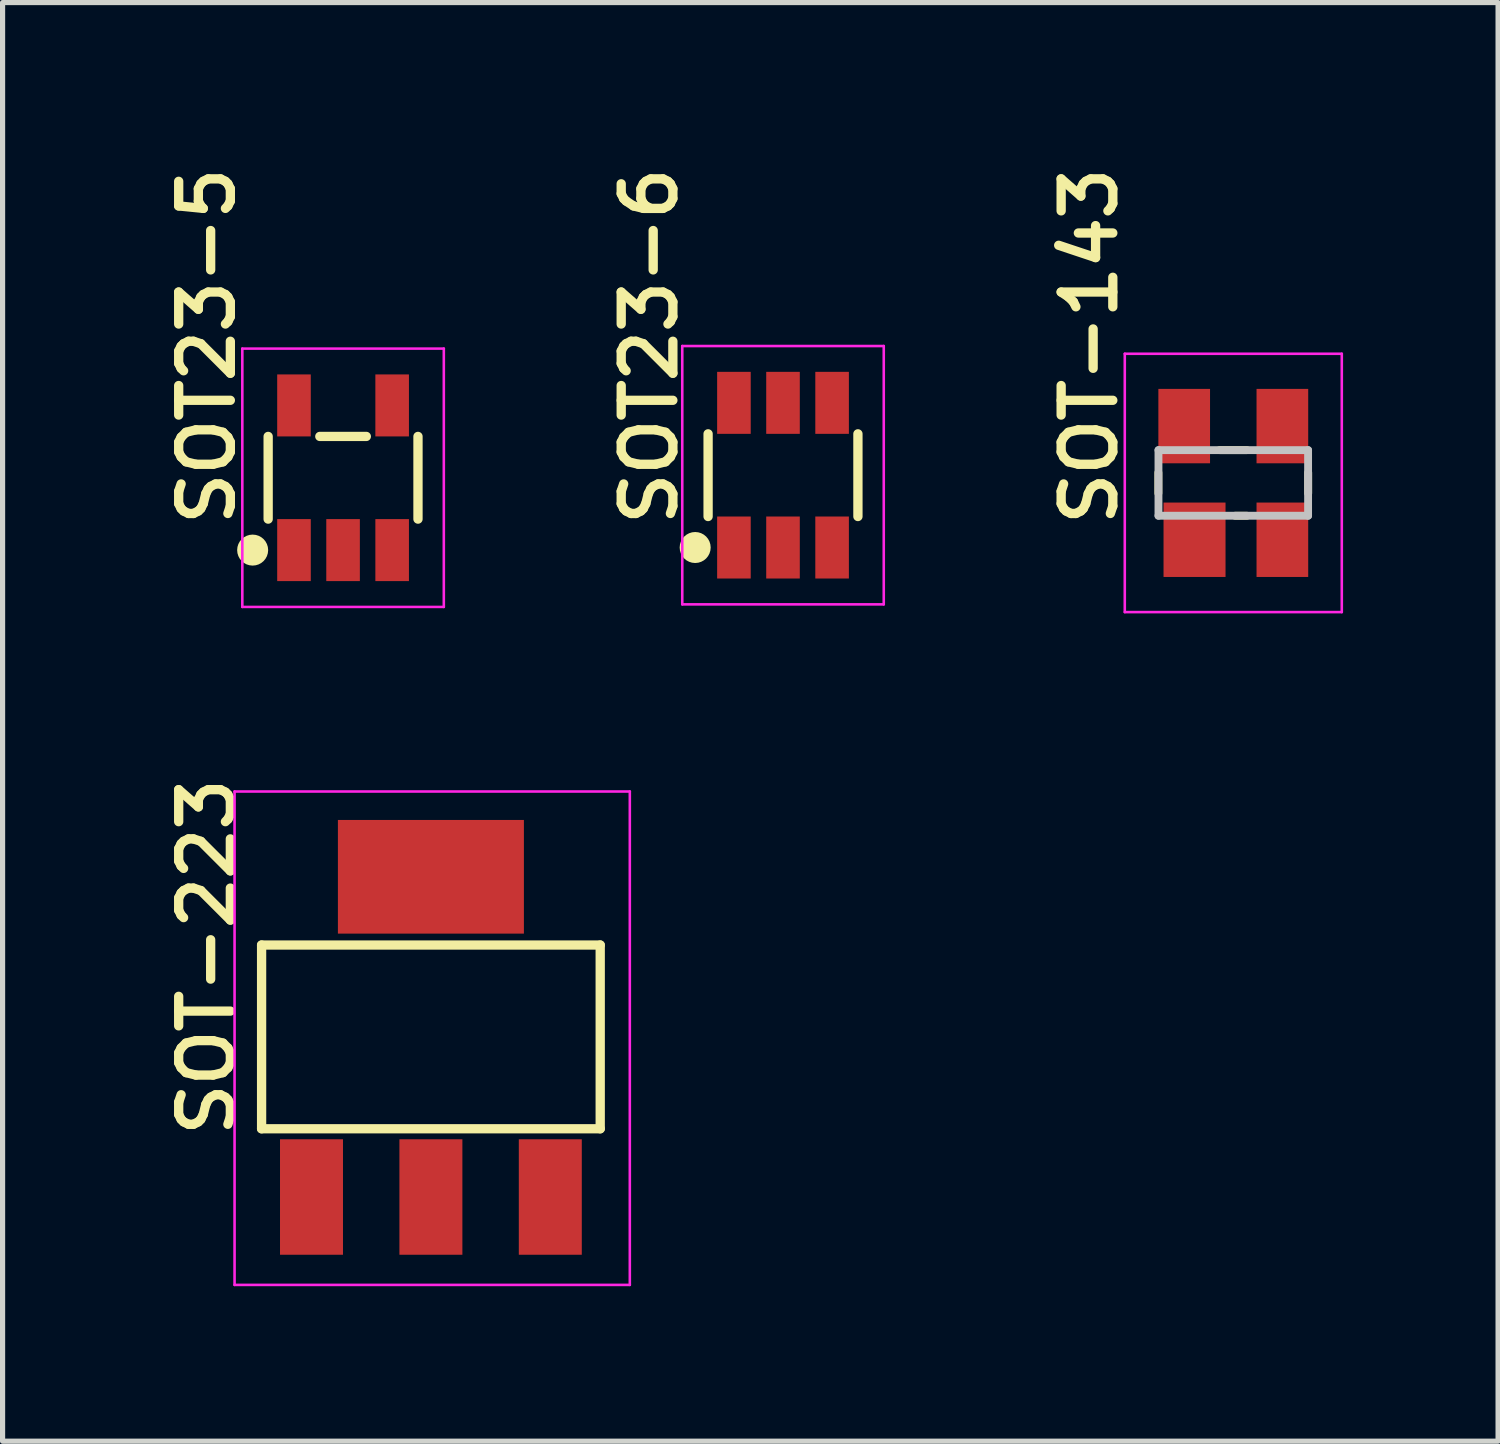
<source format=kicad_pcb>
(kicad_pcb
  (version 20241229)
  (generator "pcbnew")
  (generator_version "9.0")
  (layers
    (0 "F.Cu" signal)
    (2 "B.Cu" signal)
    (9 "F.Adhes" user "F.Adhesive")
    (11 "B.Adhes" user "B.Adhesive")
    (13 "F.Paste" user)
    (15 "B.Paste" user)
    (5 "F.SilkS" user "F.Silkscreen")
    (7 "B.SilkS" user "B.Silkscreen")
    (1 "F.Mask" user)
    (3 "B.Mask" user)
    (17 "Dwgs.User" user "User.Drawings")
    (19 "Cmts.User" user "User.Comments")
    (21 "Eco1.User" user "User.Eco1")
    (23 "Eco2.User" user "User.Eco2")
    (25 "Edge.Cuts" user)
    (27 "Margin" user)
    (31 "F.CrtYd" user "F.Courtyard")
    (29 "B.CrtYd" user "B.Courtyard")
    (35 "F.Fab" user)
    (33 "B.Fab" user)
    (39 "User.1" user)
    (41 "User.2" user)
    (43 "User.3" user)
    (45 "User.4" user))
  (footprint "SOT23-6"
    (layer "F.Cu")
    (at 12.105 6.147)
    (property "Reference" "SOT23-6" (at -2 1.05 90) (layer "F.SilkS") (effects (font (size 1 1) (thickness 0.18)) (justify left bottom)))
    (attr through_hole)
    (fp_line (start -1.45 0.8) (end -1.45 -0.8) (stroke (width 0.18) (type solid)) (layer "F.SilkS"))
    (fp_line (start 1.45 -0.8) (end 1.45 0.8) (stroke (width 0.18) (type solid)) (layer "F.SilkS"))
    (fp_circle (center -1.7 1.4) (end -1.55 1.4) (stroke (width 0.3) (type solid)) (fill no) (layer "F.SilkS"))
    (fp_line (start -1.95 -2.5) (end 1.95 -2.5) (stroke (width 0.05) (type solid)) (layer "F.CrtYd"))
    (fp_line (start -1.95 2.5) (end -1.95 -2.5) (stroke (width 0.05) (type solid)) (layer "F.CrtYd"))
    (fp_line (start 1.95 -2.5) (end 1.95 2.5) (stroke (width 0.05) (type solid)) (layer "F.CrtYd"))
    (fp_line (start 1.95 2.5) (end -1.95 2.5) (stroke (width 0.05) (type solid)) (layer "F.CrtYd"))
    (pad "1" smd rect (at -0.95 1.4) (size 0.65 1.2) (layers "F.Cu" "F.Mask" "F.Paste"))
    (pad "2" smd rect (at 0 1.4) (size 0.65 1.2) (layers "F.Cu" "F.Mask" "F.Paste"))
    (pad "3" smd rect (at 0.95 1.4) (size 0.65 1.2) (layers "F.Cu" "F.Mask" "F.Paste"))
    (pad "4" smd rect (at 0.95 -1.4) (size 0.65 1.2) (layers "F.Cu" "F.Mask" "F.Paste"))
    (pad "5" smd rect (at 0 -1.4) (size 0.65 1.2) (layers "F.Cu" "F.Mask" "F.Paste"))
    (pad "6" smd rect (at -0.95 -1.4) (size 0.65 1.2) (layers "F.Cu" "F.Mask" "F.Paste")))
  (footprint "SOT-143"
    (layer "F.Cu")
    (at 20.82 6.297)
    (property "Reference" "SOT-143" (at -2.2 0.9 90) (layer "F.SilkS") (effects (font (size 1 1) (thickness 0.18)) (justify left bottom)))
    (attr through_hole)
    (fp_line (start -1.45 -0.2) (end -1.45 0.2) (stroke (width 0.152) (type solid)) (layer "F.SilkS"))
    (fp_line (start -0.265 -0.635) (end 0.265 -0.635) (stroke (width 0.152) (type solid)) (layer "F.SilkS"))
    (fp_line (start 0.035 0.635) (end 0.265 0.635) (stroke (width 0.152) (type solid)) (layer "F.SilkS"))
    (fp_line (start 1.45 -0.2) (end 1.45 0.2) (stroke (width 0.152) (type solid)) (layer "F.SilkS"))
    (fp_line (start -1.448 -0.635) (end 1.448 -0.635) (stroke (width 0.152) (type solid)) (layer "Dwgs.User"))
    (fp_line (start -1.448 0.635) (end -1.448 -0.635) (stroke (width 0.152) (type solid)) (layer "Dwgs.User"))
    (fp_line (start -1.448 0.635) (end 1.448 0.635) (stroke (width 0.152) (type solid)) (layer "Dwgs.User"))
    (fp_line (start 1.448 0.635) (end 1.448 -0.635) (stroke (width 0.152) (type solid)) (layer "Dwgs.User"))
    (fp_line (start -2.1 -2.5) (end 2.1 -2.5) (stroke (width 0.05) (type solid)) (layer "F.CrtYd"))
    (fp_line (start -2.1 2.5) (end -2.1 -2.5) (stroke (width 0.05) (type solid)) (layer "F.CrtYd"))
    (fp_line (start 2.1 -2.5) (end 2.1 2.5) (stroke (width 0.05) (type solid)) (layer "F.CrtYd"))
    (fp_line (start 2.1 2.5) (end -2.1 2.5) (stroke (width 0.05) (type solid)) (layer "F.CrtYd"))
    (pad "1" smd rect (at -0.75 1.1) (size 1.2 1.44) (layers "F.Cu" "F.Mask" "F.Paste"))
    (pad "2" smd rect (at 0.95 1.1) (size 1 1.44) (layers "F.Cu" "F.Mask" "F.Paste"))
    (pad "3" smd rect (at 0.95 -1.1) (size 1 1.44) (layers "F.Cu" "F.Mask" "F.Paste"))
    (pad "4" smd rect (at -0.95 -1.1) (size 1 1.44) (layers "F.Cu" "F.Mask" "F.Paste")))
  (footprint "SOT-223"
    (layer "F.Cu")
    (at 5.29 17.019)
    (property "Reference" "SOT-223" (at -3.75 2 90) (layer "F.SilkS") (effects (font (size 1 1) (thickness 0.18)) (justify left bottom)))
    (attr through_hole)
    (fp_line (start -3.277 -1.778) (end 3.277 -1.778) (stroke (width 0.18) (type solid)) (layer "F.SilkS"))
    (fp_line (start -3.277 1.778) (end -3.277 -1.778) (stroke (width 0.18) (type solid)) (layer "F.SilkS"))
    (fp_line (start 3.277 -1.778) (end 3.277 1.778) (stroke (width 0.18) (type solid)) (layer "F.SilkS"))
    (fp_line (start 3.277 1.778) (end -3.277 1.778) (stroke (width 0.18) (type solid)) (layer "F.SilkS"))
    (fp_line (start -3.8 -4.75) (end -3.8 4.8) (stroke (width 0.05) (type solid)) (layer "F.CrtYd"))
    (fp_line (start -3.8 4.8) (end 3.85 4.8) (stroke (width 0.05) (type solid)) (layer "F.CrtYd"))
    (fp_line (start 3.85 -4.75) (end -3.8 -4.75) (stroke (width 0.05) (type solid)) (layer "F.CrtYd"))
    (fp_line (start 3.85 4.8) (end 3.85 -4.75) (stroke (width 0.05) (type solid)) (layer "F.CrtYd"))
    (pad "1" smd rect (at -2.311 3.099) (size 1.219 2.235) (layers "F.Cu" "F.Mask" "F.Paste"))
    (pad "2" smd rect (at 0 3.099) (size 1.219 2.235) (layers "F.Cu" "F.Mask" "F.Paste"))
    (pad "3" smd rect (at 2.311 3.099) (size 1.219 2.235) (layers "F.Cu" "F.Mask" "F.Paste"))
    (pad "4" smd rect (at 0 -3.099) (size 3.6 2.2) (layers "F.Cu" "F.Mask" "F.Paste")))
  (footprint "SOT23-5"
    (layer "F.Cu")
    (at 3.59 6.197)
    (property "Reference" "SOT23-5" (at -2.05 1 90) (layer "F.SilkS") (effects (font (size 1 1) (thickness 0.18)) (justify left bottom)))
    (attr through_hole)
    (fp_line (start -1.45 -0.8) (end -1.45 0.8) (stroke (width 0.18) (type solid)) (layer "F.SilkS"))
    (fp_line (start -0.45 -0.8) (end 0.45 -0.8) (stroke (width 0.18) (type solid)) (layer "F.SilkS"))
    (fp_line (start 1.45 -0.8) (end 1.45 0.8) (stroke (width 0.18) (type solid)) (layer "F.SilkS"))
    (fp_circle (center -1.75 1.4) (end -1.6 1.4) (stroke (width 0.3) (type solid)) (fill no) (layer "F.SilkS"))
    (fp_line (start -1.95 -2.5) (end 1.95 -2.5) (stroke (width 0.05) (type solid)) (layer "F.CrtYd"))
    (fp_line (start -1.95 2.5) (end -1.95 -2.5) (stroke (width 0.05) (type solid)) (layer "F.CrtYd"))
    (fp_line (start 1.95 -2.5) (end 1.95 2.5) (stroke (width 0.05) (type solid)) (layer "F.CrtYd"))
    (fp_line (start 1.95 2.5) (end -1.95 2.5) (stroke (width 0.05) (type solid)) (layer "F.CrtYd"))
    (pad "1" smd rect (at -0.95 1.4) (size 0.65 1.2) (layers "F.Cu" "F.Mask" "F.Paste"))
    (pad "2" smd rect (at 0 1.4) (size 0.65 1.2) (layers "F.Cu" "F.Mask" "F.Paste"))
    (pad "3" smd rect (at 0.95 1.4) (size 0.65 1.2) (layers "F.Cu" "F.Mask" "F.Paste"))
    (pad "4" smd rect (at 0.95 -1.4) (size 0.65 1.2) (layers "F.Cu" "F.Mask" "F.Paste"))
    (pad "5" smd rect (at -0.95 -1.4) (size 0.65 1.2) (layers "F.Cu" "F.Mask" "F.Paste")))
  (gr_rect
    (start -3 -3)
    (end 25.945 24.844)
    (stroke (width 0.1) (type default))
    (fill no)
    (layer "Edge.Cuts")))
</source>
